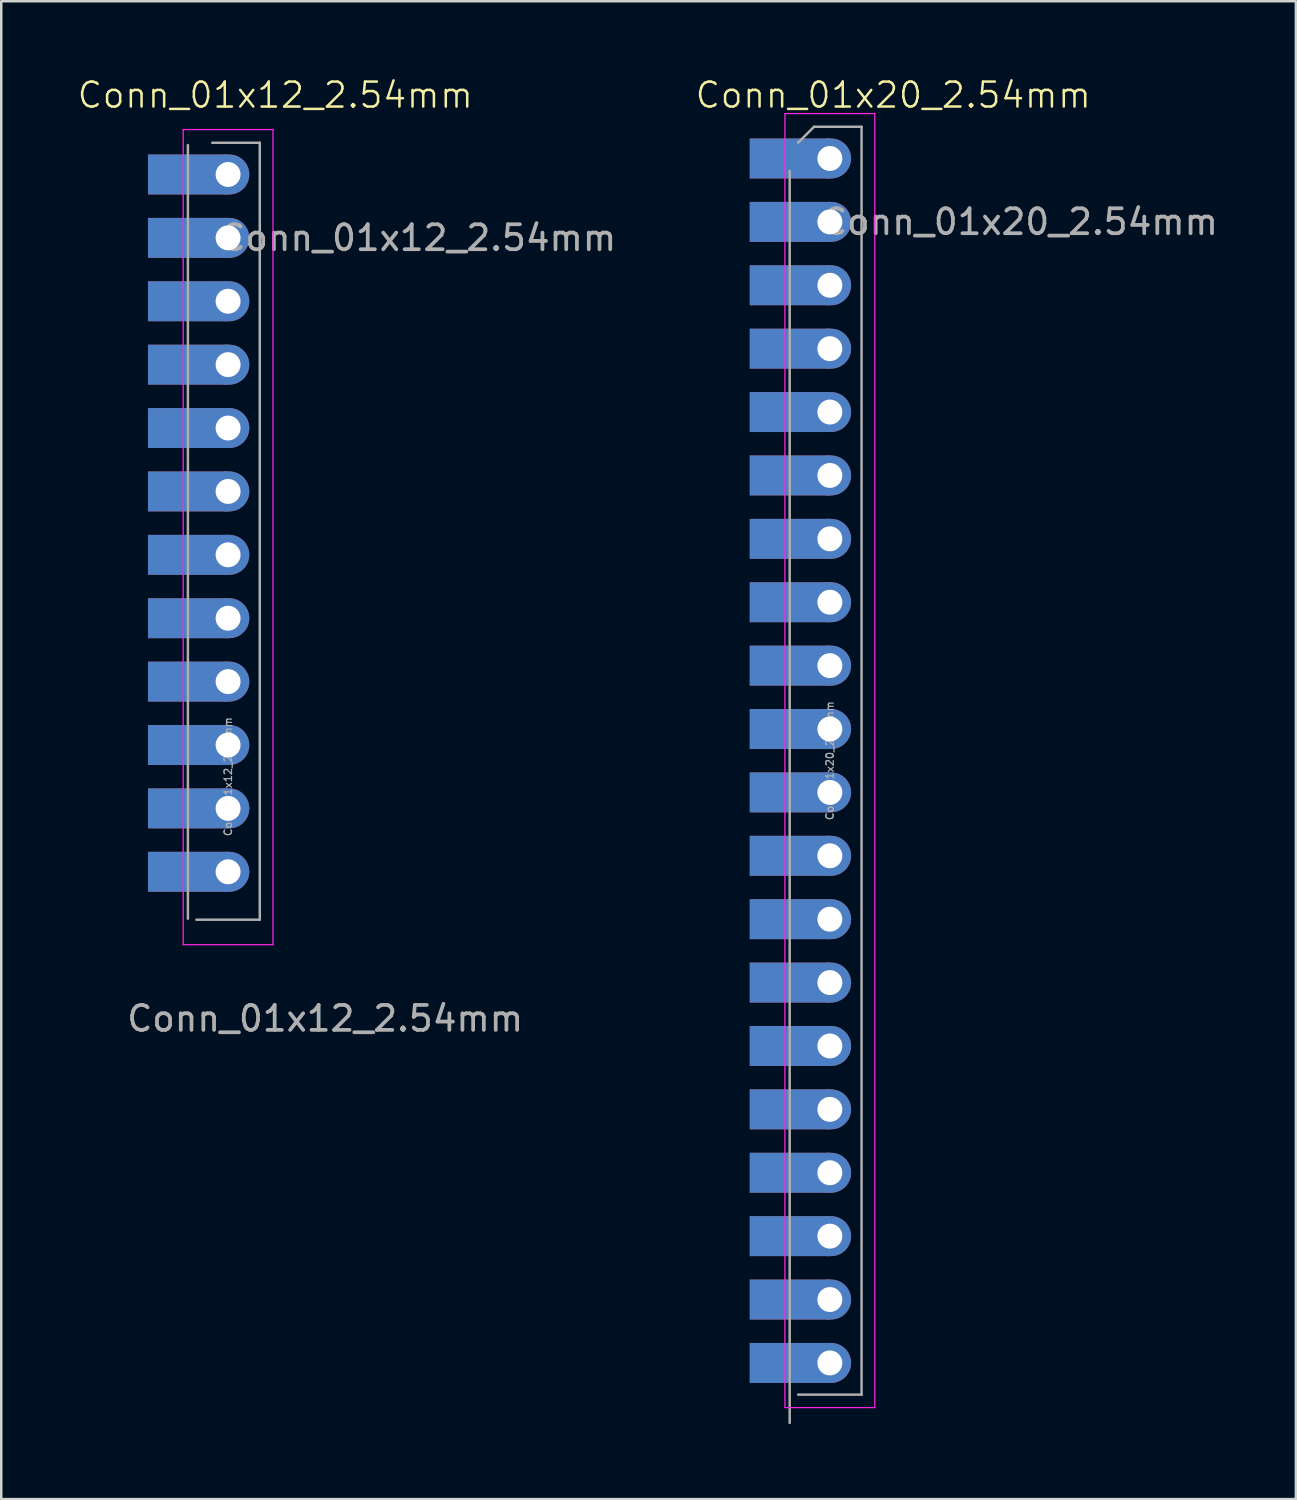
<source format=kicad_pcb>
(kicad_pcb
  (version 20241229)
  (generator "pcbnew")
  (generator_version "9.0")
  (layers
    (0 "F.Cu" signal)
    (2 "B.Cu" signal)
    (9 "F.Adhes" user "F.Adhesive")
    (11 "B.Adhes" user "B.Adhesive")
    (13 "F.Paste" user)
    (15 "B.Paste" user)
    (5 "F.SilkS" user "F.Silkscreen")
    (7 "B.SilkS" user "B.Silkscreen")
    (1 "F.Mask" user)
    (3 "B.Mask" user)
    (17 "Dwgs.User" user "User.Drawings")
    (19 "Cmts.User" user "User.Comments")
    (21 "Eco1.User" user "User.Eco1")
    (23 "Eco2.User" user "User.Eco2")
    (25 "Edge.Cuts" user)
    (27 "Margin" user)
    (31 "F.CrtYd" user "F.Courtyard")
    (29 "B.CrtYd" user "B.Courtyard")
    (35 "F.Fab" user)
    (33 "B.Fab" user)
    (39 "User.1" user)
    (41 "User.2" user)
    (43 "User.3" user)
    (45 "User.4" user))
  (footprint "Conn_01x20_2.54mm"
    (layer "F.Cu")
    (at 30.201 26.16)
    (property "Reference" "Conn_01x20_2.54mm" (at 2.54 -25.4 0) (unlocked yes) (layer "F.SilkS") (effects (font (size 1 1) (thickness 0.1))))
    (fp_line (start -1.8 -24.66) (end -1.8 27.19) (stroke (width 0.05) (type solid)) (layer "F.CrtYd"))
    (fp_line (start -1.8 27.19) (end 1.8 27.19) (stroke (width 0.05) (type solid)) (layer "F.CrtYd"))
    (fp_line (start 1.8 -24.66) (end -1.8 -24.66) (stroke (width 0.05) (type solid)) (layer "F.CrtYd"))
    (fp_line (start 1.8 27.19) (end 1.8 -24.66) (stroke (width 0.05) (type solid)) (layer "F.CrtYd"))
    (fp_line (start -1.61 27.805) (end -1.61 -22.36) (stroke (width 0.1) (type solid)) (layer "F.Fab"))
    (fp_line (start -1.27 -23.495) (end -0.635 -24.13) (stroke (width 0.1) (type solid)) (layer "F.Fab"))
    (fp_line (start -0.635 -24.13) (end 1.27 -24.13) (stroke (width 0.1) (type solid)) (layer "F.Fab"))
    (fp_line (start 1.27 -24.13) (end 1.27 26.67) (stroke (width 0.1) (type solid)) (layer "F.Fab"))
    (fp_line (start 1.27 26.67) (end -1.27 26.67) (stroke (width 0.1) (type solid)) (layer "F.Fab"))
    (fp_text user "${REFERENCE}" (at 0 1.27 90) (layer "F.Fab") (effects (font (size 0.3 0.3) (thickness 0.05))))
    (fp_text user "${REFERENCE}" (at 7.62 -20.32 0) (unlocked yes) (layer "F.Fab") (effects (font (size 1 1) (thickness 0.15))))
    (pad "1" smd rect (at -1.61 -22.86) (size 3.2 1.6) (layers "*.Cu" "*.Mask"))
    (pad "1" thru_hole oval (at 0 -22.86) (size 1.7 1.6) (drill 1) (layers "*.Cu" "*.Mask"))
    (pad "2" smd rect (at -1.61 -20.32) (size 3.2 1.6) (layers "*.Cu" "*.Mask"))
    (pad "2" thru_hole oval (at 0 -20.32) (size 1.7 1.6) (drill 1) (layers "*.Cu" "*.Mask"))
    (pad "3" smd rect (at -1.61 -17.78) (size 3.2 1.6) (layers "*.Cu" "*.Mask"))
    (pad "3" thru_hole oval (at 0 -17.78) (size 1.7 1.6) (drill 1) (layers "*.Cu" "*.Mask"))
    (pad "4" smd rect (at -1.61 -15.24) (size 3.2 1.6) (layers "*.Cu" "*.Mask"))
    (pad "4" thru_hole oval (at 0 -15.24) (size 1.7 1.6) (drill 1) (layers "*.Cu" "*.Mask"))
    (pad "5" smd rect (at -1.61 -12.7) (size 3.2 1.6) (layers "*.Cu" "*.Mask"))
    (pad "5" thru_hole oval (at 0 -12.7) (size 1.7 1.6) (drill 1) (layers "*.Cu" "*.Mask"))
    (pad "6" smd rect (at -1.61 -10.16) (size 3.2 1.6) (layers "*.Cu" "*.Mask"))
    (pad "6" thru_hole oval (at 0 -10.16) (size 1.7 1.6) (drill 1) (layers "*.Cu" "*.Mask"))
    (pad "7" smd rect (at -1.61 -7.62) (size 3.2 1.6) (layers "*.Cu" "*.Mask"))
    (pad "7" thru_hole oval (at 0 -7.62) (size 1.7 1.6) (drill 1) (layers "*.Cu" "*.Mask"))
    (pad "8" smd rect (at -1.61 -5.08) (size 3.2 1.6) (layers "*.Cu" "*.Mask"))
    (pad "8" thru_hole oval (at 0 -5.08) (size 1.7 1.6) (drill 1) (layers "*.Cu" "*.Mask"))
    (pad "9" smd rect (at -1.61 -2.54) (size 3.2 1.6) (layers "*.Cu" "*.Mask"))
    (pad "9" thru_hole oval (at 0 -2.54) (size 1.7 1.6) (drill 1) (layers "*.Cu" "*.Mask"))
    (pad "10" smd rect (at -1.61 0) (size 3.2 1.6) (layers "*.Cu" "*.Mask"))
    (pad "10" thru_hole oval (at 0 0) (size 1.7 1.6) (drill 1) (layers "*.Cu" "*.Mask"))
    (pad "11" smd rect (at -1.61 2.54) (size 3.2 1.6) (layers "*.Cu" "*.Mask"))
    (pad "11" thru_hole oval (at 0 2.54) (size 1.7 1.6) (drill 1) (layers "*.Cu" "*.Mask"))
    (pad "12" smd rect (at -1.61 5.08) (size 3.2 1.6) (layers "*.Cu" "*.Mask"))
    (pad "12" thru_hole oval (at 0 5.08) (size 1.7 1.6) (drill 1) (layers "*.Cu" "*.Mask"))
    (pad "13" smd rect (at -1.61 7.62) (size 3.2 1.6) (layers "*.Cu" "*.Mask"))
    (pad "13" thru_hole oval (at 0 7.62) (size 1.7 1.6) (drill 1) (layers "*.Cu" "*.Mask"))
    (pad "14" smd rect (at -1.61 10.16) (size 3.2 1.6) (layers "*.Cu" "*.Mask"))
    (pad "14" thru_hole oval (at 0 10.16) (size 1.7 1.6) (drill 1) (layers "*.Cu" "*.Mask"))
    (pad "15" smd rect (at -1.61 12.7) (size 3.2 1.6) (layers "*.Cu" "*.Mask"))
    (pad "15" thru_hole oval (at 0 12.7) (size 1.7 1.6) (drill 1) (layers "*.Cu" "*.Mask"))
    (pad "16" smd rect (at -1.61 15.24) (size 3.2 1.6) (layers "*.Cu" "*.Mask"))
    (pad "16" thru_hole oval (at 0 15.24) (size 1.7 1.6) (drill 1) (layers "*.Cu" "*.Mask"))
    (pad "17" smd rect (at -1.61 17.78) (size 3.2 1.6) (layers "*.Cu" "*.Mask"))
    (pad "17" thru_hole oval (at 0 17.78) (size 1.7 1.6) (drill 1) (layers "*.Cu" "*.Mask"))
    (pad "18" smd rect (at -1.61 20.32) (size 3.2 1.6) (layers "*.Cu" "*.Mask"))
    (pad "18" thru_hole oval (at 0 20.32) (size 1.7 1.6) (drill 1) (layers "*.Cu" "*.Mask"))
    (pad "19" smd rect (at -1.61 22.86) (size 3.2 1.6) (layers "*.Cu" "*.Mask"))
    (pad "19" thru_hole oval (at 0 22.86) (size 1.7 1.6) (drill 1) (layers "*.Cu" "*.Mask"))
    (pad "20" smd rect (at -1.61 25.4) (size 3.2 1.6) (layers "*.Cu" "*.Mask"))
    (pad "20" thru_hole oval (at 0 25.4) (size 1.7 1.6) (drill 1) (layers "*.Cu" "*.Mask")))
  (footprint "Conn_01x12_2.54mm"
    (layer "F.Cu")
    (at 6.479 17.261)
    (property "Reference" "Conn_01x12_2.54mm" (at 1.5 -16.5 0) (unlocked yes) (layer "F.SilkS") (effects (font (size 1 1) (thickness 0.1))))
    (attr through_hole)
    (fp_line (start -2.19 -15.12) (end -2.19 17.54) (stroke (width 0.05) (type solid)) (layer "F.CrtYd"))
    (fp_line (start 1.41 -15.12) (end -2.19 -15.12) (stroke (width 0.05) (type solid)) (layer "F.CrtYd"))
    (fp_line (start 1.41 17.54) (end -2.19 17.54) (stroke (width 0.05) (type default)) (layer "F.CrtYd"))
    (fp_line (start 1.41 17.54) (end 1.41 -15.12) (stroke (width 0.05) (type solid)) (layer "F.CrtYd"))
    (fp_line (start -2 16.5) (end -2 -14.5) (stroke (width 0.1) (type solid)) (layer "F.Fab"))
    (fp_line (start -1.025 -14.59) (end 0.88 -14.59) (stroke (width 0.1) (type solid)) (layer "F.Fab"))
    (fp_line (start 0.88 -14.59) (end 0.88 16.54) (stroke (width 0.1) (type solid)) (layer "F.Fab"))
    (fp_line (start 0.88 16.54) (end -1.66 16.54) (stroke (width 0.1) (type default)) (layer "F.Fab"))
    (fp_text user "${REFERENCE}" (at 7.23 -10.78 0) (unlocked yes) (layer "F.Fab") (effects (font (size 1 1) (thickness 0.15))))
    (fp_text user "${REFERENCE}" (at 3.5 20.5 0) (unlocked yes) (layer "F.Fab") (effects (font (size 1 1) (thickness 0.15))))
    (fp_text user "${REFERENCE}" (at -0.39 10.81 90) (layer "F.Fab") (effects (font (size 0.3 0.3) (thickness 0.05))))
    (pad "1" smd rect (at -2 -13.32) (size 3.2 1.6) (layers "*.Cu" "*.Mask"))
    (pad "1" thru_hole oval (at -0.39 -13.32) (size 1.7 1.6) (drill 1) (layers "*.Cu" "*.Mask"))
    (pad "2" smd rect (at -2 -10.78) (size 3.2 1.6) (layers "*.Cu" "*.Mask"))
    (pad "2" thru_hole oval (at -0.39 -10.78) (size 1.7 1.6) (drill 1) (layers "*.Cu" "*.Mask"))
    (pad "3" smd rect (at -2 -8.24) (size 3.2 1.6) (layers "*.Cu" "*.Mask"))
    (pad "3" thru_hole oval (at -0.39 -8.24) (size 1.7 1.6) (drill 1) (layers "*.Cu" "*.Mask"))
    (pad "4" smd rect (at -2 -5.7) (size 3.2 1.6) (layers "*.Cu" "*.Mask"))
    (pad "4" thru_hole oval (at -0.39 -5.7) (size 1.7 1.6) (drill 1) (layers "*.Cu" "*.Mask"))
    (pad "5" smd rect (at -2 -3.16) (size 3.2 1.6) (layers "*.Cu" "*.Mask"))
    (pad "5" thru_hole oval (at -0.39 -3.16) (size 1.7 1.6) (drill 1) (layers "*.Cu" "*.Mask"))
    (pad "6" smd rect (at -2 -0.62) (size 3.2 1.6) (layers "*.Cu" "*.Mask"))
    (pad "6" thru_hole oval (at -0.39 -0.62) (size 1.7 1.6) (drill 1) (layers "*.Cu" "*.Mask"))
    (pad "7" smd rect (at -2 1.92) (size 3.2 1.6) (layers "*.Cu" "*.Mask"))
    (pad "7" thru_hole oval (at -0.39 1.92) (size 1.7 1.6) (drill 1) (layers "*.Cu" "*.Mask"))
    (pad "8" smd rect (at -2 4.46) (size 3.2 1.6) (layers "*.Cu" "*.Mask"))
    (pad "8" thru_hole oval (at -0.39 4.46) (size 1.7 1.6) (drill 1) (layers "*.Cu" "*.Mask"))
    (pad "9" smd rect (at -2 7) (size 3.2 1.6) (layers "*.Cu" "*.Mask"))
    (pad "9" thru_hole oval (at -0.39 7) (size 1.7 1.6) (drill 1) (layers "*.Cu" "*.Mask"))
    (pad "10" smd rect (at -2 9.54) (size 3.2 1.6) (layers "*.Cu" "*.Mask"))
    (pad "10" thru_hole oval (at -0.39 9.54) (size 1.7 1.6) (drill 1) (layers "*.Cu" "*.Mask"))
    (pad "11" smd rect (at -2 12.08) (size 3.2 1.6) (layers "*.Cu" "*.Mask"))
    (pad "11" thru_hole oval (at -0.39 12.08) (size 1.7 1.6) (drill 1) (layers "*.Cu" "*.Mask"))
    (pad "12" smd rect (at -2 14.62) (size 3.2 1.6) (layers "*.Cu" "*.Mask"))
    (pad "12" thru_hole oval (at -0.39 14.62) (size 1.7 1.6) (drill 1) (layers "*.Cu" "*.Mask")))
  (gr_rect
    (start -3 -3)
    (end 48.874 57.016)
    (stroke (width 0.1) (type default))
    (fill no)
    (layer "Edge.Cuts")))
</source>
